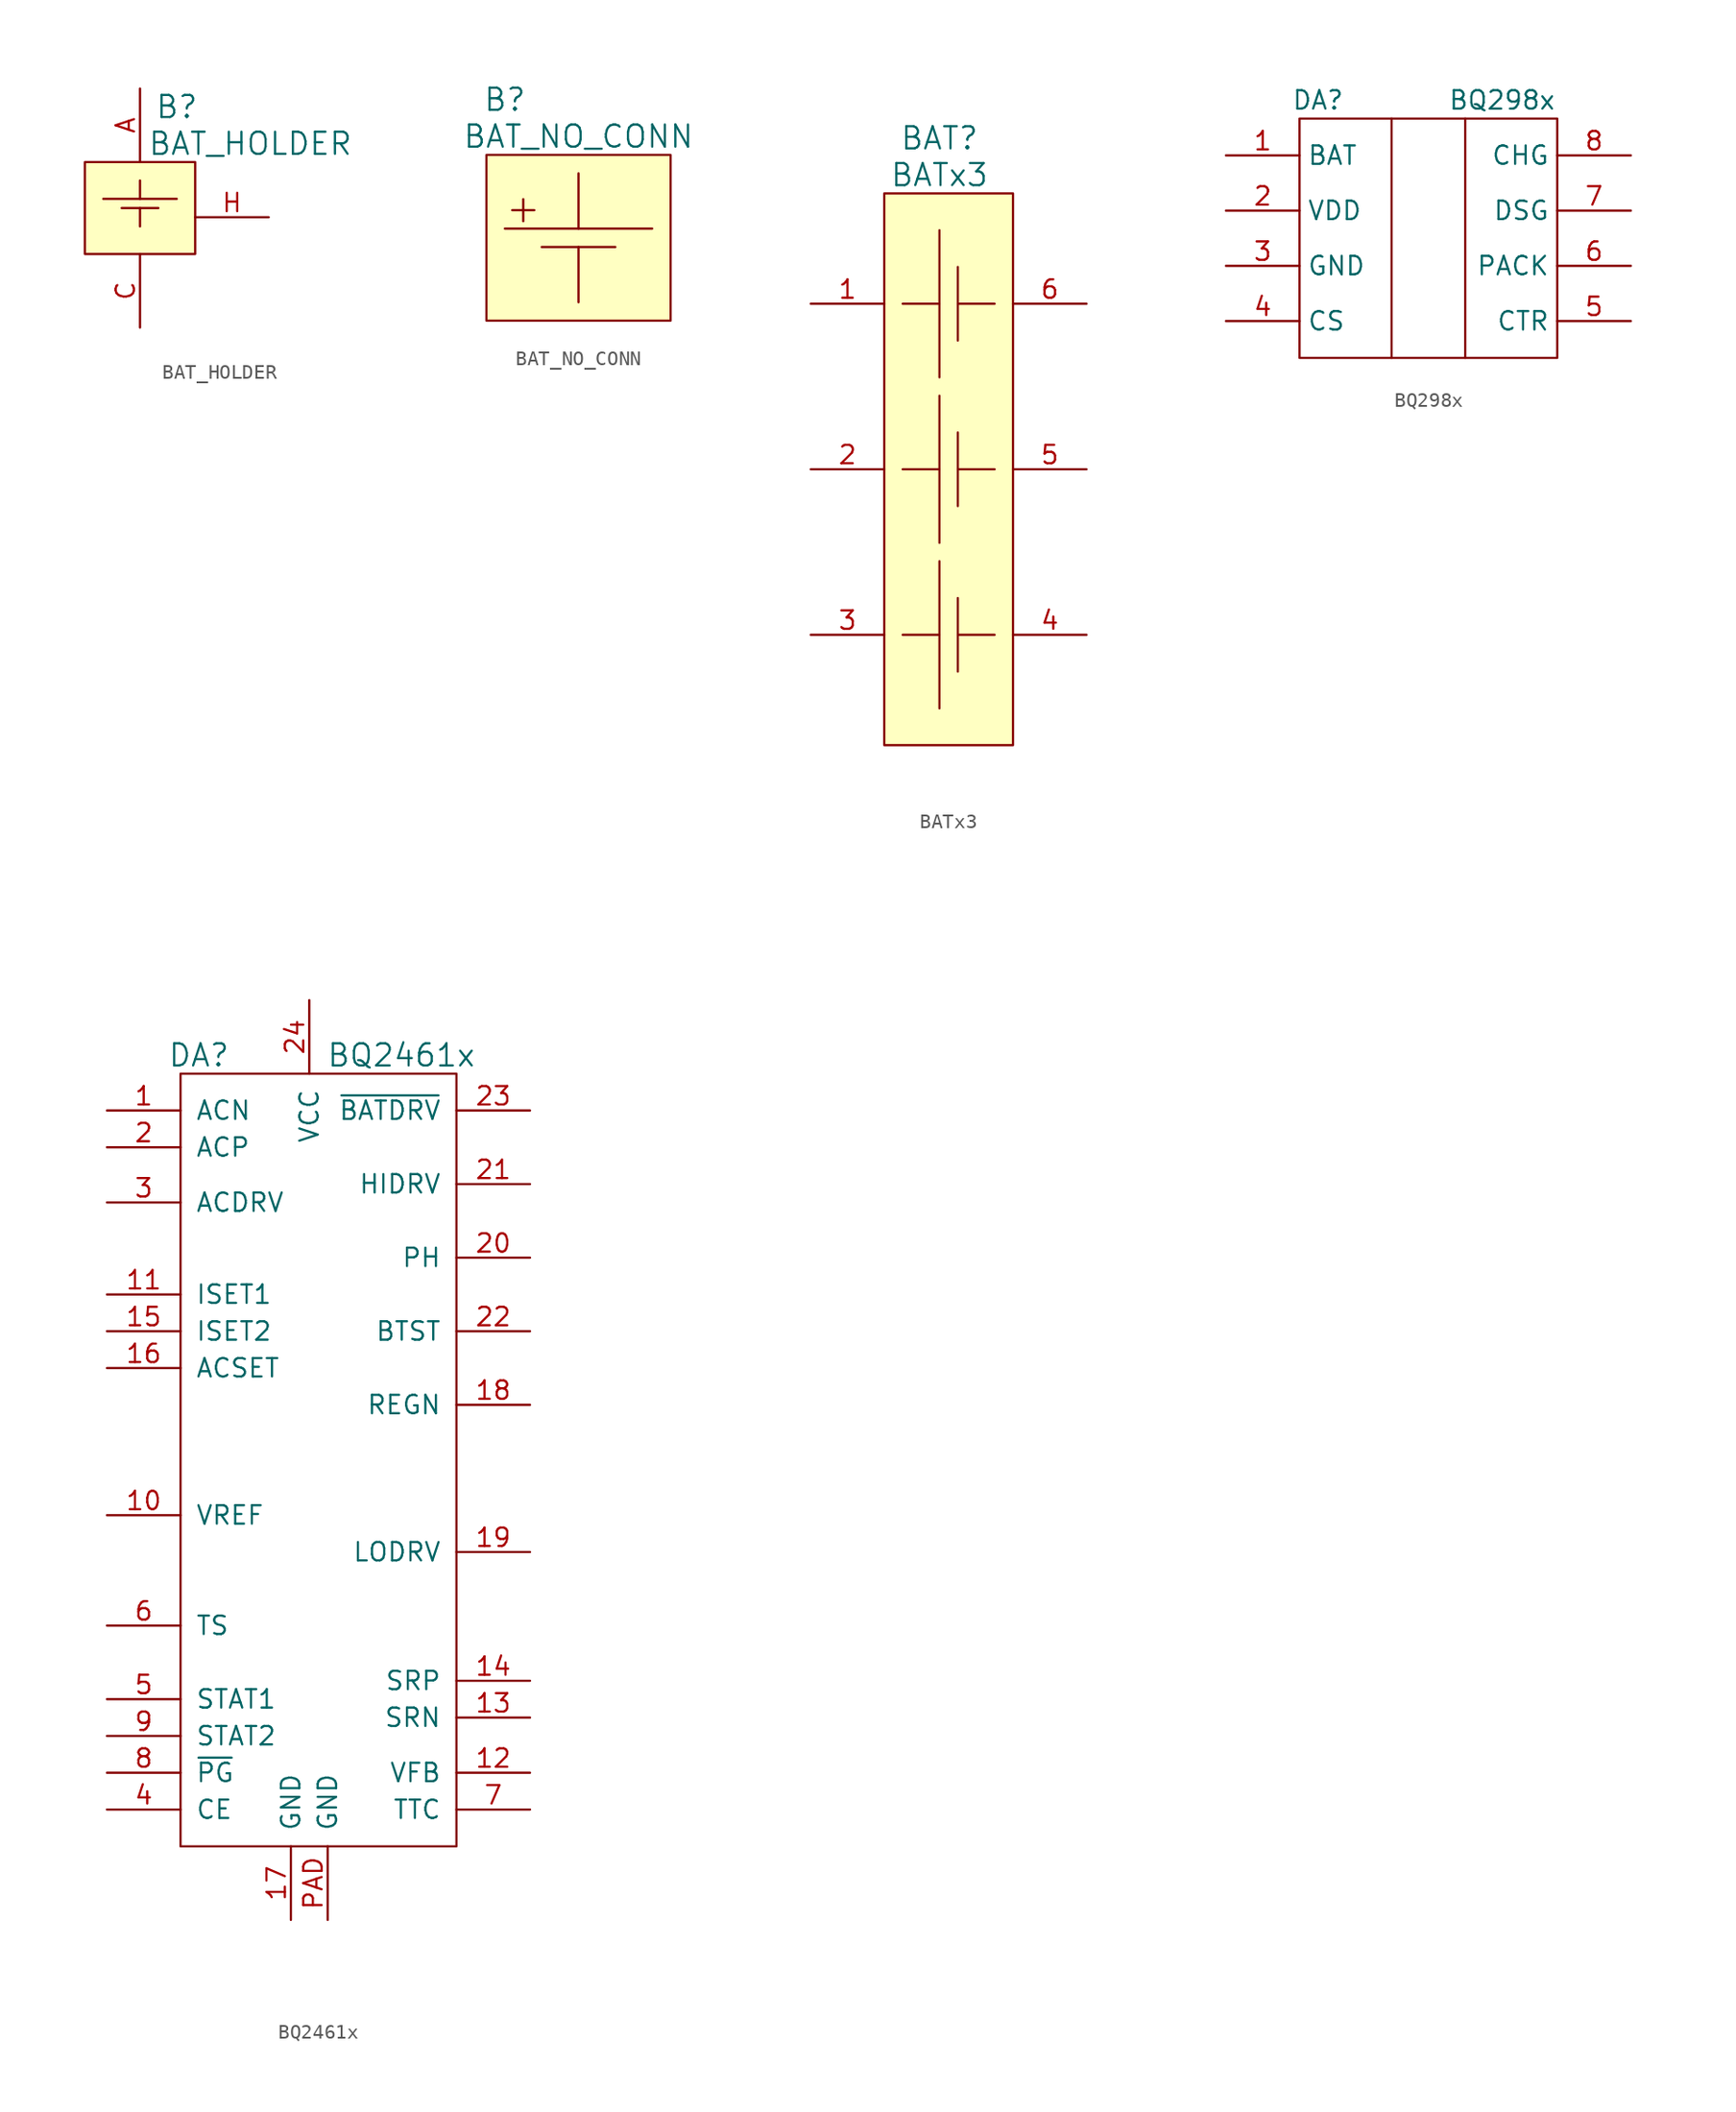
<source format=kicad_sym>
(kicad_symbol_lib
  (version 20231120)
  (generator "kicad_symbol_editor")
  (generator_version "8.0")
  (symbol "BAT_HOLDER"
    (pin_names
      (offset 1.016) hide)
    (property "Reference" "B"
      (at 2.54 6.35 0)
      (effects (font (size 1.524 1.524))))
    (property "Value" "BAT_HOLDER"
      (at 7.62 3.81 0)
      (effects (font (size 1.524 1.524))))
    (property "Footprint" ""
      (at 0 0 0)
      (effects (font (size 1.524 1.524))))
    (property "Datasheet" ""
      (at 0 0 0)
      (effects (font (size 1.524 1.524))))
    (symbol "BAT_HOLDER_0_1"
      (rectangle (start -3.81 2.54) (end 3.81 -3.81) (stroke (width 0) (type default)) (fill (type background)))
      (polyline (pts (xy -1.27 -0.635) (xy 1.27 -0.635)) (stroke (width 0) (type default)) (fill (type none)))
      (polyline (pts (xy 0 -0.635) (xy 0 -1.905)) (stroke (width 0) (type default)) (fill (type none)))
      (polyline (pts (xy 0 0) (xy 0 1.27)) (stroke (width 0) (type default)) (fill (type none)))
      (polyline (pts (xy -2.54 0) (xy 2.54 0) (xy 2.54 0)) (stroke (width 0) (type default)) (fill (type background))))
    (symbol "BAT_HOLDER_1_1"
      (pin power_out line (at 0 7.62 270) (length 5.08) (name "A" (effects (font (size 1.27 1.27)))) (number "A" (effects (font (size 1.27 1.27)))))
      (pin power_out line (at 0 -8.89 90) (length 5.08) (name "C" (effects (font (size 1.27 1.27)))) (number "C" (effects (font (size 1.27 1.27)))))
      (pin passive line (at 8.89 -1.27 180) (length 5.08) (name "~" (effects (font (size 1.27 1.27)))) (number "H" (effects (font (size 1.27 1.27)))))))
  (symbol "BAT_NO_CONN"
    (pin_names
      (offset 1.016) hide)
    (property "Reference" "B"
      (at -5.08 8.89 0)
      (effects (font (size 1.524 1.524))))
    (property "Value" "BAT_NO_CONN"
      (at 0 6.35 0)
      (effects (font (size 1.524 1.524))))
    (symbol "BAT_NO_CONN_0_1"
      (rectangle (start -6.35 5.08) (end 6.35 -6.35) (stroke (width 0) (type default)) (fill (type background)))
      (polyline (pts (xy 0 -1.27) (xy 0 -5.08)) (stroke (width 0) (type default)) (fill (type none)))
      (polyline (pts (xy 0 0) (xy 0 3.81)) (stroke (width 0) (type default)) (fill (type none)))
      (polyline (pts (xy -5.08 0) (xy 5.08 0) (xy 5.08 0)) (stroke (width 0) (type default)) (fill (type background)))
      (polyline (pts (xy -4.572 1.27) (xy -3.048 1.27) (xy -3.048 1.27)) (stroke (width 0) (type default)) (fill (type background)))
      (polyline (pts (xy -3.81 2.032) (xy -3.81 0.508) (xy -3.81 0.508)) (stroke (width 0) (type default)) (fill (type background)))
      (polyline (pts (xy -2.54 -1.27) (xy 2.54 -1.27) (xy 2.54 -1.27)) (stroke (width 0) (type default)) (fill (type background)))))
  (symbol "BATx3"
    (pin_names
      (offset 1.016) hide)
    (property "Reference" "BAT"
      (at 0 22.86 0)
      (effects (font (size 1.524 1.524))))
    (property "Value" "BATx3"
      (at 0 20.32 0)
      (effects (font (size 1.524 1.524))))
    (property "Footprint" ""
      (at 0 0 0)
      (effects (font (size 1.524 1.524))))
    (property "Datasheet" ""
      (at 0 0 0)
      (effects (font (size 1.524 1.524))))
    (symbol "BATx3_0_1"
      (rectangle (start -3.81 19.05) (end 5.08 -19.05) (stroke (width 0) (type default)) (fill (type background)))
      (polyline (pts (xy -2.54 -11.43) (xy 0 -11.43)) (stroke (width 0) (type default)) (fill (type none)))
      (polyline (pts (xy -2.54 0) (xy 0 0)) (stroke (width 0) (type default)) (fill (type none)))
      (polyline (pts (xy -2.54 11.43) (xy 0 11.43)) (stroke (width 0) (type default)) (fill (type none)))
      (polyline (pts (xy 0 -6.35) (xy 0 -16.51)) (stroke (width 0) (type default)) (fill (type none)))
      (polyline (pts (xy 0 5.08) (xy 0 -5.08)) (stroke (width 0) (type default)) (fill (type none)))
      (polyline (pts (xy 0 6.35) (xy 0 16.51)) (stroke (width 0) (type default)) (fill (type none)))
      (polyline (pts (xy 1.27 -11.43) (xy 3.81 -11.43)) (stroke (width 0) (type default)) (fill (type none)))
      (polyline (pts (xy 1.27 -8.89) (xy 1.27 -13.97)) (stroke (width 0) (type default)) (fill (type none)))
      (polyline (pts (xy 1.27 0) (xy 3.81 0)) (stroke (width 0) (type default)) (fill (type none)))
      (polyline (pts (xy 1.27 2.54) (xy 1.27 -2.54)) (stroke (width 0) (type default)) (fill (type none)))
      (polyline (pts (xy 1.27 11.43) (xy 3.81 11.43)) (stroke (width 0) (type default)) (fill (type none)))
      (polyline (pts (xy 1.27 13.97) (xy 1.27 8.89)) (stroke (width 0) (type default)) (fill (type none))))
    (symbol "BATx3_1_1"
      (pin power_out line (at -8.89 11.43 0) (length 5.08) (name "A1" (effects (font (size 1.27 1.27)))) (number "1" (effects (font (size 1.27 1.27)))))
      (pin power_out line (at -8.89 0 0) (length 5.08) (name "A2" (effects (font (size 1.27 1.27)))) (number "2" (effects (font (size 1.27 1.27)))))
      (pin power_out line (at -8.89 -11.43 0) (length 5.08) (name "A3" (effects (font (size 1.27 1.27)))) (number "3" (effects (font (size 1.27 1.27)))))
      (pin power_out line (at 10.16 -11.43 180) (length 5.08) (name "C3" (effects (font (size 1.27 1.27)))) (number "4" (effects (font (size 1.27 1.27)))))
      (pin power_out line (at 10.16 0 180) (length 5.08) (name "C2" (effects (font (size 1.27 1.27)))) (number "5" (effects (font (size 1.27 1.27)))))
      (pin power_out line (at 10.16 11.43 180) (length 5.08) (name "C1" (effects (font (size 1.27 1.27)))) (number "6" (effects (font (size 1.27 1.27)))))))
  (symbol "BQ298x"
    (property "Reference" "DA"
      (at -7.62 8.89 0)
      (effects (font (size 1.27 1.27))))
    (property "Value" "BQ298x"
      (at 5.08 8.89 0)
      (effects (font (size 1.27 1.27))))
    (symbol "BQ298x_0_1"
      (rectangle (start -8.89 7.62) (end 8.89 -8.89) (stroke (width 0.152) (type default)) (fill (type none)))
      (polyline (pts (xy -2.54 7.62) (xy -2.54 -8.89)) (stroke (width 0.152) (type default)) (fill (type none)))
      (polyline (pts (xy 2.54 -8.89) (xy 2.54 7.62)) (stroke (width 0.152) (type default)) (fill (type none))))
    (symbol "BQ298x_1_1"
      (pin passive line (at -13.97 5.08 0) (length 5.08) (name "BAT" (effects (font (size 1.27 1.27)))) (number "1" (effects (font (size 1.27 1.27)))))
      (pin passive line (at -13.97 1.27 0) (length 5.08) (name "VDD" (effects (font (size 1.27 1.27)))) (number "2" (effects (font (size 1.27 1.27)))))
      (pin passive line (at -13.97 -2.54 0) (length 5.08) (name "GND" (effects (font (size 1.27 1.27)))) (number "3" (effects (font (size 1.27 1.27)))))
      (pin passive line (at -13.97 -6.35 0) (length 5.08) (name "CS" (effects (font (size 1.27 1.27)))) (number "4" (effects (font (size 1.27 1.27)))))
      (pin passive line (at 13.97 -6.35 180) (length 5.08) (name "CTR" (effects (font (size 1.27 1.27)))) (number "5" (effects (font (size 1.27 1.27)))))
      (pin passive line (at 13.97 -2.54 180) (length 5.08) (name "PACK" (effects (font (size 1.27 1.27)))) (number "6" (effects (font (size 1.27 1.27)))))
      (pin passive line (at 13.97 1.27 180) (length 5.08) (name "DSG" (effects (font (size 1.27 1.27)))) (number "7" (effects (font (size 1.27 1.27)))))
      (pin passive line (at 13.97 5.08 180) (length 5.08) (name "CHG" (effects (font (size 1.27 1.27)))) (number "8" (effects (font (size 1.27 1.27)))))))
  (symbol "BQ2461x"
    (pin_names
      (offset 1.016))
    (property "Reference" "DA"
      (at -7.62 26.67 0)
      (effects (font (size 1.524 1.524))))
    (property "Value" "BQ2461x"
      (at 6.35 26.67 0)
      (effects (font (size 1.524 1.524))))
    (property "Datasheet" ""
      (at 0 17.78 0)
      (effects (font (size 1.524 1.524))))
    (symbol "BQ2461x_0_1"
      (rectangle (start 10.16 -27.94) (end -8.89 25.4) (stroke (width 0) (type default)) (fill (type none))))
    (symbol "BQ2461x_1_1"
      (pin passive line (at -13.97 22.86 0) (length 5.08) (name "ACN" (effects (font (size 1.27 1.27)))) (number "1" (effects (font (size 1.27 1.27)))))
      (pin passive line (at -13.97 -5.08 0) (length 5.08) (name "VREF" (effects (font (size 1.27 1.27)))) (number "10" (effects (font (size 1.27 1.27)))))
      (pin passive line (at -13.97 10.16 0) (length 5.08) (name "ISET1" (effects (font (size 1.27 1.27)))) (number "11" (effects (font (size 1.27 1.27)))))
      (pin passive line (at 15.24 -22.86 180) (length 5.08) (name "VFB" (effects (font (size 1.27 1.27)))) (number "12" (effects (font (size 1.27 1.27)))))
      (pin passive line (at 15.24 -19.05 180) (length 5.08) (name "SRN" (effects (font (size 1.27 1.27)))) (number "13" (effects (font (size 1.27 1.27)))))
      (pin passive line (at 15.24 -16.51 180) (length 5.08) (name "SRP" (effects (font (size 1.27 1.27)))) (number "14" (effects (font (size 1.27 1.27)))))
      (pin passive line (at -13.97 7.62 0) (length 5.08) (name "ISET2" (effects (font (size 1.27 1.27)))) (number "15" (effects (font (size 1.27 1.27)))))
      (pin passive line (at -13.97 5.08 0) (length 5.08) (name "ACSET" (effects (font (size 1.27 1.27)))) (number "16" (effects (font (size 1.27 1.27)))))
      (pin passive line (at -1.27 -33.02 90) (length 5.08) (name "GND" (effects (font (size 1.27 1.27)))) (number "17" (effects (font (size 1.27 1.27)))))
      (pin passive line (at 15.24 2.54 180) (length 5.08) (name "REGN" (effects (font (size 1.27 1.27)))) (number "18" (effects (font (size 1.27 1.27)))))
      (pin passive line (at 15.24 -7.62 180) (length 5.08) (name "LODRV" (effects (font (size 1.27 1.27)))) (number "19" (effects (font (size 1.27 1.27)))))
      (pin passive line (at -13.97 20.32 0) (length 5.08) (name "ACP" (effects (font (size 1.27 1.27)))) (number "2" (effects (font (size 1.27 1.27)))))
      (pin passive line (at 15.24 12.7 180) (length 5.08) (name "PH" (effects (font (size 1.27 1.27)))) (number "20" (effects (font (size 1.27 1.27)))))
      (pin passive line (at 15.24 17.78 180) (length 5.08) (name "HIDRV" (effects (font (size 1.27 1.27)))) (number "21" (effects (font (size 1.27 1.27)))))
      (pin passive line (at 15.24 7.62 180) (length 5.08) (name "BTST" (effects (font (size 1.27 1.27)))) (number "22" (effects (font (size 1.27 1.27)))))
      (pin passive line (at 15.24 22.86 180) (length 5.08) (name "~{BATDRV}" (effects (font (size 1.27 1.27)))) (number "23" (effects (font (size 1.27 1.27)))))
      (pin passive line (at 0 30.48 270) (length 5.08) (name "VCC" (effects (font (size 1.27 1.27)))) (number "24" (effects (font (size 1.27 1.27)))))
      (pin passive line (at -13.97 16.51 0) (length 5.08) (name "ACDRV" (effects (font (size 1.27 1.27)))) (number "3" (effects (font (size 1.27 1.27)))))
      (pin passive line (at -13.97 -25.4 0) (length 5.08) (name "CE" (effects (font (size 1.27 1.27)))) (number "4" (effects (font (size 1.27 1.27)))))
      (pin passive line (at -13.97 -17.78 0) (length 5.08) (name "STAT1" (effects (font (size 1.27 1.27)))) (number "5" (effects (font (size 1.27 1.27)))))
      (pin passive line (at -13.97 -12.7 0) (length 5.08) (name "TS" (effects (font (size 1.27 1.27)))) (number "6" (effects (font (size 1.27 1.27)))))
      (pin passive line (at 15.24 -25.4 180) (length 5.08) (name "TTC" (effects (font (size 1.27 1.27)))) (number "7" (effects (font (size 1.27 1.27)))))
      (pin passive line (at -13.97 -22.86 0) (length 5.08) (name "~{PG}" (effects (font (size 1.27 1.27)))) (number "8" (effects (font (size 1.27 1.27)))))
      (pin passive line (at -13.97 -20.32 0) (length 5.08) (name "STAT2" (effects (font (size 1.27 1.27)))) (number "9" (effects (font (size 1.27 1.27)))))
      (pin passive line (at 1.27 -33.02 90) (length 5.08) (name "GND" (effects (font (size 1.27 1.27)))) (number "PAD" (effects (font (size 1.27 1.27))))))))
</source>
